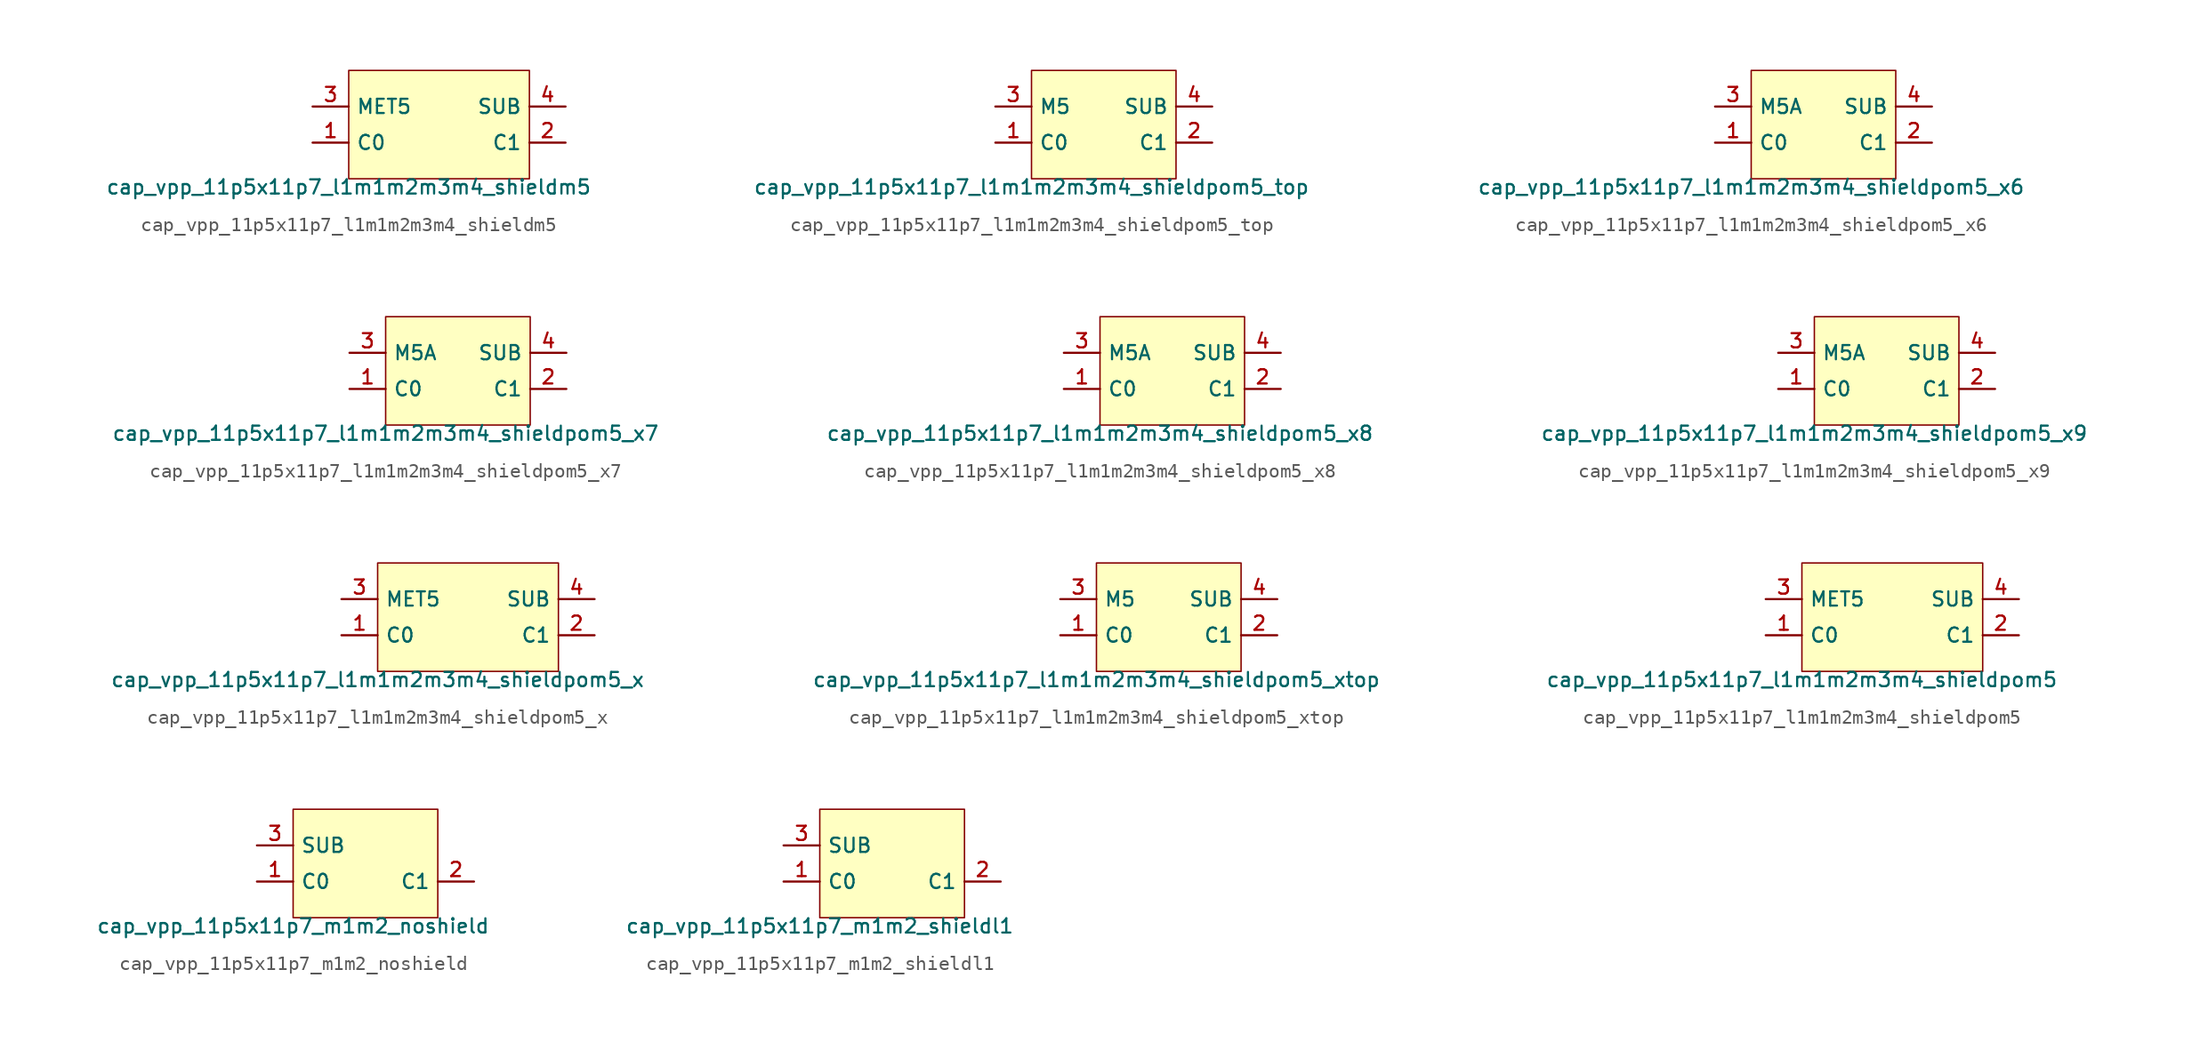
<source format=kicad_sym>
(kicad_symbol_lib
  (version 20211014)
  (generator pdk2kicad)
  (symbol "cap_vpp_11p5x11p7_l1m1m2m3m4_shieldm5"
    (property "Reference" "X"
      (at 0 0 0)
      (effects (font (size 1 1)) hide))
    (property "Value" "cap_vpp_11p5x11p7_l1m1m2m3m4_shieldm5"
      (at -6.35 -3.81 0)
      (effects (font (size 1 1)) (justify top)))
    (rectangle
      (start -6.35 -3.81)
      (end 6.35 3.81)
      (stroke (width 0.1) (type solid) (color 0 0 0 0))
      (fill (type background)))
    (pin bidirectional line
      (at -8.89 -1.27 0)
      (length 2.54)
      (name "C0" (effects (font (size 1 1)) hide))
      (number "1" (effects (font (size 1 1)) hide)))
    (pin bidirectional line
      (at 8.89 -1.27 180)
      (length 2.54)
      (name "C1" (effects (font (size 1 1)) hide))
      (number "2" (effects (font (size 1 1)) hide)))
    (pin bidirectional line
      (at -8.89 1.27 0)
      (length 2.54)
      (name "MET5" (effects (font (size 1 1)) hide))
      (number "3" (effects (font (size 1 1)) hide)))
    (pin bidirectional line
      (at 8.89 1.27 180)
      (length 2.54)
      (name "SUB" (effects (font (size 1 1)) hide))
      (number "4" (effects (font (size 1 1)) hide))))
  (symbol "cap_vpp_11p5x11p7_l1m1m2m3m4_shieldpom5_top"
    (property "Reference" "X"
      (at 0 0 0)
      (effects (font (size 1 1)) hide))
    (property "Value" "cap_vpp_11p5x11p7_l1m1m2m3m4_shieldpom5_top"
      (at -5.08 -3.81 0)
      (effects (font (size 1 1)) (justify top)))
    (rectangle
      (start -5.08 -3.81)
      (end 5.08 3.81)
      (stroke (width 0.1) (type solid) (color 0 0 0 0))
      (fill (type background)))
    (pin bidirectional line
      (at -7.62 -1.27 0)
      (length 2.54)
      (name "C0" (effects (font (size 1 1)) hide))
      (number "1" (effects (font (size 1 1)) hide)))
    (pin bidirectional line
      (at 7.62 -1.27 180)
      (length 2.54)
      (name "C1" (effects (font (size 1 1)) hide))
      (number "2" (effects (font (size 1 1)) hide)))
    (pin bidirectional line
      (at -7.62 1.27 0)
      (length 2.54)
      (name "M5" (effects (font (size 1 1)) hide))
      (number "3" (effects (font (size 1 1)) hide)))
    (pin bidirectional line
      (at 7.62 1.27 180)
      (length 2.54)
      (name "SUB" (effects (font (size 1 1)) hide))
      (number "4" (effects (font (size 1 1)) hide))))
  (symbol "cap_vpp_11p5x11p7_l1m1m2m3m4_shieldpom5_x6"
    (property "Reference" "X"
      (at 0 0 0)
      (effects (font (size 1 1)) hide))
    (property "Value" "cap_vpp_11p5x11p7_l1m1m2m3m4_shieldpom5_x6"
      (at -5.08 -3.81 0)
      (effects (font (size 1 1)) (justify top)))
    (rectangle
      (start -5.08 -3.81)
      (end 5.08 3.81)
      (stroke (width 0.1) (type solid) (color 0 0 0 0))
      (fill (type background)))
    (pin bidirectional line
      (at -7.62 -1.27 0)
      (length 2.54)
      (name "C0" (effects (font (size 1 1)) hide))
      (number "1" (effects (font (size 1 1)) hide)))
    (pin bidirectional line
      (at 7.62 -1.27 180)
      (length 2.54)
      (name "C1" (effects (font (size 1 1)) hide))
      (number "2" (effects (font (size 1 1)) hide)))
    (pin bidirectional line
      (at -7.62 1.27 0)
      (length 2.54)
      (name "M5A" (effects (font (size 1 1)) hide))
      (number "3" (effects (font (size 1 1)) hide)))
    (pin bidirectional line
      (at 7.62 1.27 180)
      (length 2.54)
      (name "SUB" (effects (font (size 1 1)) hide))
      (number "4" (effects (font (size 1 1)) hide))))
  (symbol "cap_vpp_11p5x11p7_l1m1m2m3m4_shieldpom5_x7"
    (property "Reference" "X"
      (at 0 0 0)
      (effects (font (size 1 1)) hide))
    (property "Value" "cap_vpp_11p5x11p7_l1m1m2m3m4_shieldpom5_x7"
      (at -5.08 -3.81 0)
      (effects (font (size 1 1)) (justify top)))
    (rectangle
      (start -5.08 -3.81)
      (end 5.08 3.81)
      (stroke (width 0.1) (type solid) (color 0 0 0 0))
      (fill (type background)))
    (pin bidirectional line
      (at -7.62 -1.27 0)
      (length 2.54)
      (name "C0" (effects (font (size 1 1)) hide))
      (number "1" (effects (font (size 1 1)) hide)))
    (pin bidirectional line
      (at 7.62 -1.27 180)
      (length 2.54)
      (name "C1" (effects (font (size 1 1)) hide))
      (number "2" (effects (font (size 1 1)) hide)))
    (pin bidirectional line
      (at -7.62 1.27 0)
      (length 2.54)
      (name "M5A" (effects (font (size 1 1)) hide))
      (number "3" (effects (font (size 1 1)) hide)))
    (pin bidirectional line
      (at 7.62 1.27 180)
      (length 2.54)
      (name "SUB" (effects (font (size 1 1)) hide))
      (number "4" (effects (font (size 1 1)) hide))))
  (symbol "cap_vpp_11p5x11p7_l1m1m2m3m4_shieldpom5_x8"
    (property "Reference" "X"
      (at 0 0 0)
      (effects (font (size 1 1)) hide))
    (property "Value" "cap_vpp_11p5x11p7_l1m1m2m3m4_shieldpom5_x8"
      (at -5.08 -3.81 0)
      (effects (font (size 1 1)) (justify top)))
    (rectangle
      (start -5.08 -3.81)
      (end 5.08 3.81)
      (stroke (width 0.1) (type solid) (color 0 0 0 0))
      (fill (type background)))
    (pin bidirectional line
      (at -7.62 -1.27 0)
      (length 2.54)
      (name "C0" (effects (font (size 1 1)) hide))
      (number "1" (effects (font (size 1 1)) hide)))
    (pin bidirectional line
      (at 7.62 -1.27 180)
      (length 2.54)
      (name "C1" (effects (font (size 1 1)) hide))
      (number "2" (effects (font (size 1 1)) hide)))
    (pin bidirectional line
      (at -7.62 1.27 0)
      (length 2.54)
      (name "M5A" (effects (font (size 1 1)) hide))
      (number "3" (effects (font (size 1 1)) hide)))
    (pin bidirectional line
      (at 7.62 1.27 180)
      (length 2.54)
      (name "SUB" (effects (font (size 1 1)) hide))
      (number "4" (effects (font (size 1 1)) hide))))
  (symbol "cap_vpp_11p5x11p7_l1m1m2m3m4_shieldpom5_x9"
    (property "Reference" "X"
      (at 0 0 0)
      (effects (font (size 1 1)) hide))
    (property "Value" "cap_vpp_11p5x11p7_l1m1m2m3m4_shieldpom5_x9"
      (at -5.08 -3.81 0)
      (effects (font (size 1 1)) (justify top)))
    (rectangle
      (start -5.08 -3.81)
      (end 5.08 3.81)
      (stroke (width 0.1) (type solid) (color 0 0 0 0))
      (fill (type background)))
    (pin bidirectional line
      (at -7.62 -1.27 0)
      (length 2.54)
      (name "C0" (effects (font (size 1 1)) hide))
      (number "1" (effects (font (size 1 1)) hide)))
    (pin bidirectional line
      (at 7.62 -1.27 180)
      (length 2.54)
      (name "C1" (effects (font (size 1 1)) hide))
      (number "2" (effects (font (size 1 1)) hide)))
    (pin bidirectional line
      (at -7.62 1.27 0)
      (length 2.54)
      (name "M5A" (effects (font (size 1 1)) hide))
      (number "3" (effects (font (size 1 1)) hide)))
    (pin bidirectional line
      (at 7.62 1.27 180)
      (length 2.54)
      (name "SUB" (effects (font (size 1 1)) hide))
      (number "4" (effects (font (size 1 1)) hide))))
  (symbol "cap_vpp_11p5x11p7_l1m1m2m3m4_shieldpom5_x"
    (property "Reference" "X"
      (at 0 0 0)
      (effects (font (size 1 1)) hide))
    (property "Value" "cap_vpp_11p5x11p7_l1m1m2m3m4_shieldpom5_x"
      (at -6.35 -3.81 0)
      (effects (font (size 1 1)) (justify top)))
    (rectangle
      (start -6.35 -3.81)
      (end 6.35 3.81)
      (stroke (width 0.1) (type solid) (color 0 0 0 0))
      (fill (type background)))
    (pin bidirectional line
      (at -8.89 -1.27 0)
      (length 2.54)
      (name "C0" (effects (font (size 1 1)) hide))
      (number "1" (effects (font (size 1 1)) hide)))
    (pin bidirectional line
      (at 8.89 -1.27 180)
      (length 2.54)
      (name "C1" (effects (font (size 1 1)) hide))
      (number "2" (effects (font (size 1 1)) hide)))
    (pin bidirectional line
      (at -8.89 1.27 0)
      (length 2.54)
      (name "MET5" (effects (font (size 1 1)) hide))
      (number "3" (effects (font (size 1 1)) hide)))
    (pin bidirectional line
      (at 8.89 1.27 180)
      (length 2.54)
      (name "SUB" (effects (font (size 1 1)) hide))
      (number "4" (effects (font (size 1 1)) hide))))
  (symbol "cap_vpp_11p5x11p7_l1m1m2m3m4_shieldpom5_xtop"
    (property "Reference" "X"
      (at 0 0 0)
      (effects (font (size 1 1)) hide))
    (property "Value" "cap_vpp_11p5x11p7_l1m1m2m3m4_shieldpom5_xtop"
      (at -5.08 -3.81 0)
      (effects (font (size 1 1)) (justify top)))
    (rectangle
      (start -5.08 -3.81)
      (end 5.08 3.81)
      (stroke (width 0.1) (type solid) (color 0 0 0 0))
      (fill (type background)))
    (pin bidirectional line
      (at -7.62 -1.27 0)
      (length 2.54)
      (name "C0" (effects (font (size 1 1)) hide))
      (number "1" (effects (font (size 1 1)) hide)))
    (pin bidirectional line
      (at 7.62 -1.27 180)
      (length 2.54)
      (name "C1" (effects (font (size 1 1)) hide))
      (number "2" (effects (font (size 1 1)) hide)))
    (pin bidirectional line
      (at -7.62 1.27 0)
      (length 2.54)
      (name "M5" (effects (font (size 1 1)) hide))
      (number "3" (effects (font (size 1 1)) hide)))
    (pin bidirectional line
      (at 7.62 1.27 180)
      (length 2.54)
      (name "SUB" (effects (font (size 1 1)) hide))
      (number "4" (effects (font (size 1 1)) hide))))
  (symbol "cap_vpp_11p5x11p7_l1m1m2m3m4_shieldpom5"
    (property "Reference" "X"
      (at 0 0 0)
      (effects (font (size 1 1)) hide))
    (property "Value" "cap_vpp_11p5x11p7_l1m1m2m3m4_shieldpom5"
      (at -6.35 -3.81 0)
      (effects (font (size 1 1)) (justify top)))
    (rectangle
      (start -6.35 -3.81)
      (end 6.35 3.81)
      (stroke (width 0.1) (type solid) (color 0 0 0 0))
      (fill (type background)))
    (pin bidirectional line
      (at -8.89 -1.27 0)
      (length 2.54)
      (name "C0" (effects (font (size 1 1)) hide))
      (number "1" (effects (font (size 1 1)) hide)))
    (pin bidirectional line
      (at 8.89 -1.27 180)
      (length 2.54)
      (name "C1" (effects (font (size 1 1)) hide))
      (number "2" (effects (font (size 1 1)) hide)))
    (pin bidirectional line
      (at -8.89 1.27 0)
      (length 2.54)
      (name "MET5" (effects (font (size 1 1)) hide))
      (number "3" (effects (font (size 1 1)) hide)))
    (pin bidirectional line
      (at 8.89 1.27 180)
      (length 2.54)
      (name "SUB" (effects (font (size 1 1)) hide))
      (number "4" (effects (font (size 1 1)) hide))))
  (symbol "cap_vpp_11p5x11p7_m1m2_noshield"
    (property "Reference" "X"
      (at 0 0 0)
      (effects (font (size 1 1)) hide))
    (property "Value" "cap_vpp_11p5x11p7_m1m2_noshield"
      (at -5.08 -3.81 0)
      (effects (font (size 1 1)) (justify top)))
    (rectangle
      (start -5.08 -3.81)
      (end 5.08 3.81)
      (stroke (width 0.1) (type solid) (color 0 0 0 0))
      (fill (type background)))
    (pin bidirectional line
      (at -7.62 -1.27 0)
      (length 2.54)
      (name "C0" (effects (font (size 1 1)) hide))
      (number "1" (effects (font (size 1 1)) hide)))
    (pin bidirectional line
      (at 7.62 -1.27 180)
      (length 2.54)
      (name "C1" (effects (font (size 1 1)) hide))
      (number "2" (effects (font (size 1 1)) hide)))
    (pin bidirectional line
      (at -7.62 1.27 0)
      (length 2.54)
      (name "SUB" (effects (font (size 1 1)) hide))
      (number "3" (effects (font (size 1 1)) hide))))
  (symbol "cap_vpp_11p5x11p7_m1m2_shieldl1"
    (property "Reference" "X"
      (at 0 0 0)
      (effects (font (size 1 1)) hide))
    (property "Value" "cap_vpp_11p5x11p7_m1m2_shieldl1"
      (at -5.08 -3.81 0)
      (effects (font (size 1 1)) (justify top)))
    (rectangle
      (start -5.08 -3.81)
      (end 5.08 3.81)
      (stroke (width 0.1) (type solid) (color 0 0 0 0))
      (fill (type background)))
    (pin bidirectional line
      (at -7.62 -1.27 0)
      (length 2.54)
      (name "C0" (effects (font (size 1 1)) hide))
      (number "1" (effects (font (size 1 1)) hide)))
    (pin bidirectional line
      (at 7.62 -1.27 180)
      (length 2.54)
      (name "C1" (effects (font (size 1 1)) hide))
      (number "2" (effects (font (size 1 1)) hide)))
    (pin bidirectional line
      (at -7.62 1.27 0)
      (length 2.54)
      (name "SUB" (effects (font (size 1 1)) hide))
      (number "3" (effects (font (size 1 1)) hide)))))
</source>
